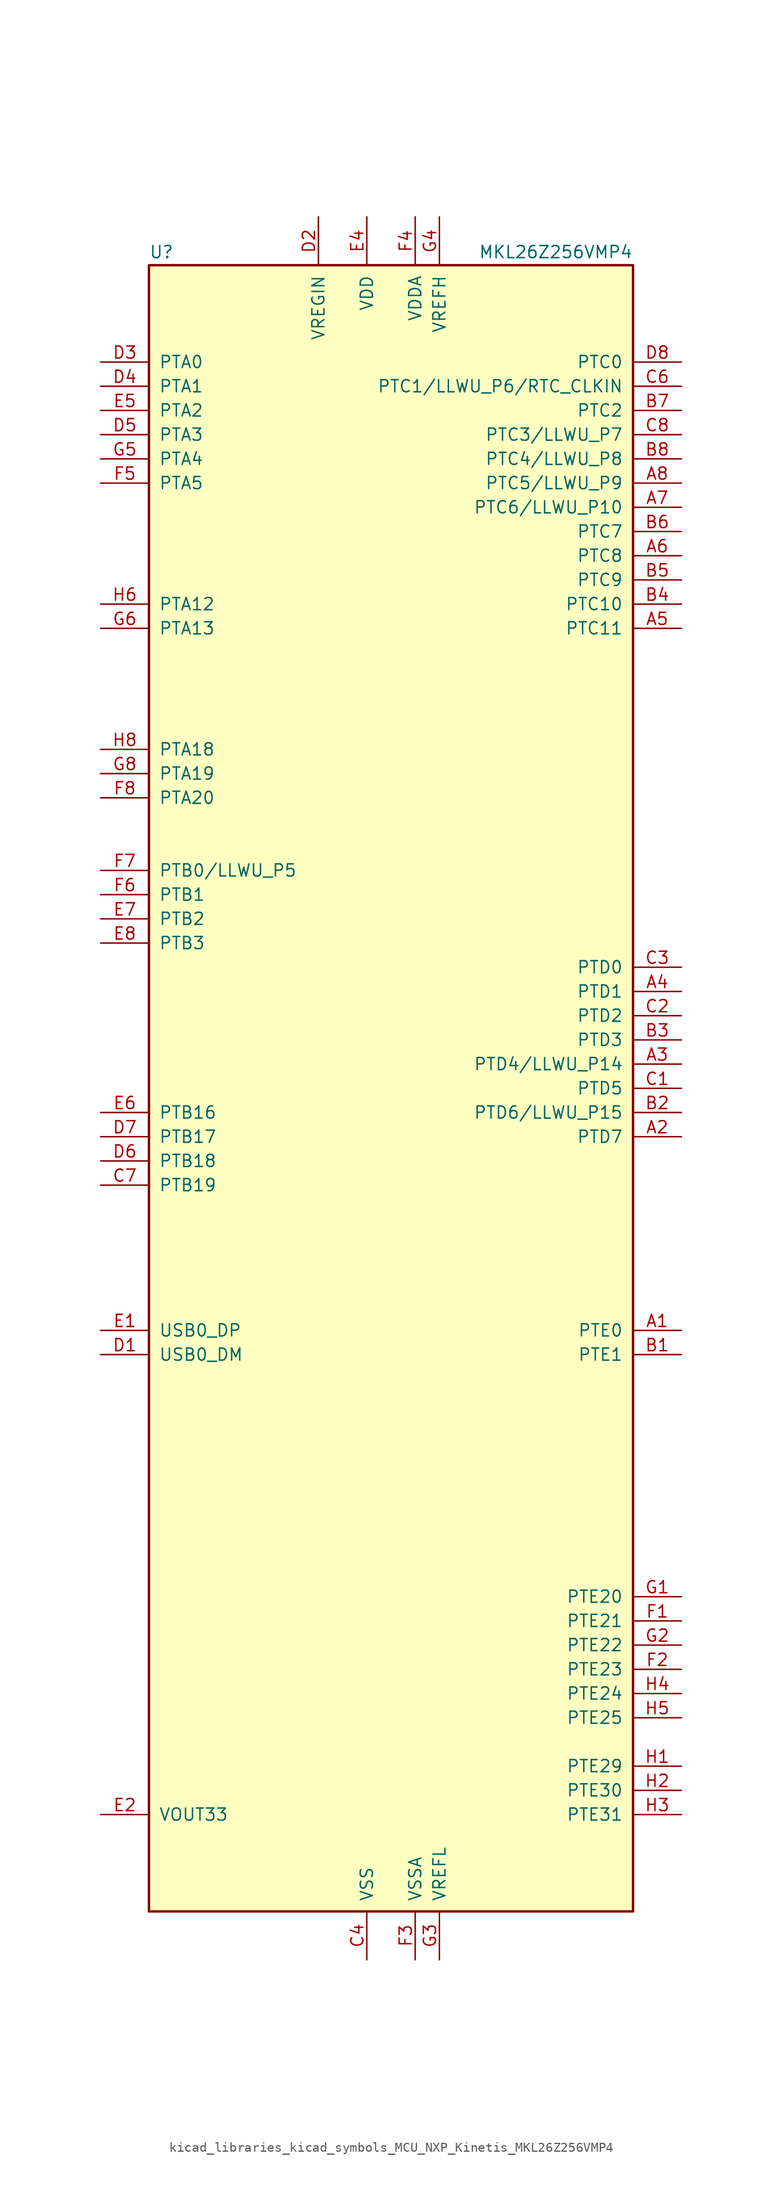
<source format=kicad_sym>
(kicad_symbol_lib
  (version 20220914)
  (generator kicad_symbol_editor)
  (symbol "kicad_libraries_kicad_symbols_MCU_NXP_Kinetis_MKL26Z256VMP4"
    (pin_names
      (offset 1.016))
    (property "Reference" "U"
      (at -25.4 86.995 0)
      (effects (font (size 1.27 1.27)) (justify left bottom)))
    (property "Value" "MKL26Z256VMP4"
      (at 25.4 86.995 0)
      (effects (font (size 1.27 1.27)) (justify right bottom)))
    (symbol "kicad_libraries_kicad_symbols_MCU_NXP_Kinetis_MKL26Z256VMP4_0_1"
      (rectangle (start -25.4 86.36) (end 25.4 -86.36) (stroke (width 0.254) (type default)) (fill (type background))))
    (symbol "kicad_libraries_kicad_symbols_MCU_NXP_Kinetis_MKL26Z256VMP4_1_1"
      (pin bidirectional line (at 30.48 -25.4 180) (length 5.08) (name "PTE0" (effects (font (size 1.27 1.27)))) (number "A1" (effects (font (size 1.27 1.27)))))
      (pin bidirectional line (at 30.48 -5.08 180) (length 5.08) (name "PTD7" (effects (font (size 1.27 1.27)))) (number "A2" (effects (font (size 1.27 1.27)))))
      (pin bidirectional line (at 30.48 2.54 180) (length 5.08) (name "PTD4/LLWU_P14" (effects (font (size 1.27 1.27)))) (number "A3" (effects (font (size 1.27 1.27)))))
      (pin bidirectional line (at 30.48 10.16 180) (length 5.08) (name "PTD1" (effects (font (size 1.27 1.27)))) (number "A4" (effects (font (size 1.27 1.27)))))
      (pin bidirectional line (at 30.48 48.26 180) (length 5.08) (name "PTC11" (effects (font (size 1.27 1.27)))) (number "A5" (effects (font (size 1.27 1.27)))))
      (pin bidirectional line (at 30.48 55.88 180) (length 5.08) (name "PTC8" (effects (font (size 1.27 1.27)))) (number "A6" (effects (font (size 1.27 1.27)))))
      (pin bidirectional line (at 30.48 60.96 180) (length 5.08) (name "PTC6/LLWU_P10" (effects (font (size 1.27 1.27)))) (number "A7" (effects (font (size 1.27 1.27)))))
      (pin bidirectional line (at 30.48 63.5 180) (length 5.08) (name "PTC5/LLWU_P9" (effects (font (size 1.27 1.27)))) (number "A8" (effects (font (size 1.27 1.27)))))
      (pin bidirectional line (at 30.48 -27.94 180) (length 5.08) (name "PTE1" (effects (font (size 1.27 1.27)))) (number "B1" (effects (font (size 1.27 1.27)))))
      (pin bidirectional line (at 30.48 -2.54 180) (length 5.08) (name "PTD6/LLWU_P15" (effects (font (size 1.27 1.27)))) (number "B2" (effects (font (size 1.27 1.27)))))
      (pin bidirectional line (at 30.48 5.08 180) (length 5.08) (name "PTD3" (effects (font (size 1.27 1.27)))) (number "B3" (effects (font (size 1.27 1.27)))))
      (pin bidirectional line (at 30.48 50.8 180) (length 5.08) (name "PTC10" (effects (font (size 1.27 1.27)))) (number "B4" (effects (font (size 1.27 1.27)))))
      (pin bidirectional line (at 30.48 53.34 180) (length 5.08) (name "PTC9" (effects (font (size 1.27 1.27)))) (number "B5" (effects (font (size 1.27 1.27)))))
      (pin bidirectional line (at 30.48 58.42 180) (length 5.08) (name "PTC7" (effects (font (size 1.27 1.27)))) (number "B6" (effects (font (size 1.27 1.27)))))
      (pin bidirectional line (at 30.48 71.12 180) (length 5.08) (name "PTC2" (effects (font (size 1.27 1.27)))) (number "B7" (effects (font (size 1.27 1.27)))))
      (pin bidirectional line (at 30.48 66.04 180) (length 5.08) (name "PTC4/LLWU_P8" (effects (font (size 1.27 1.27)))) (number "B8" (effects (font (size 1.27 1.27)))))
      (pin bidirectional line (at 30.48 0 180) (length 5.08) (name "PTD5" (effects (font (size 1.27 1.27)))) (number "C1" (effects (font (size 1.27 1.27)))))
      (pin bidirectional line (at 30.48 7.62 180) (length 5.08) (name "PTD2" (effects (font (size 1.27 1.27)))) (number "C2" (effects (font (size 1.27 1.27)))))
      (pin bidirectional line (at 30.48 12.7 180) (length 5.08) (name "PTD0" (effects (font (size 1.27 1.27)))) (number "C3" (effects (font (size 1.27 1.27)))))
      (pin power_in line (at -2.54 -91.44 90) (length 5.08) (name "VSS" (effects (font (size 1.27 1.27)))) (number "C4" (effects (font (size 1.27 1.27)))))
      (pin no_connect line (at -15.24 -86.36 90) (length 5.08) hide (name "NC" (effects (font (size 1.27 1.27)))) (number "C5" (effects (font (size 1.27 1.27)))))
      (pin bidirectional line (at 30.48 73.66 180) (length 5.08) (name "PTC1/LLWU_P6/RTC_CLKIN" (effects (font (size 1.27 1.27)))) (number "C6" (effects (font (size 1.27 1.27)))))
      (pin bidirectional line (at -30.48 -10.16 0) (length 5.08) (name "PTB19" (effects (font (size 1.27 1.27)))) (number "C7" (effects (font (size 1.27 1.27)))))
      (pin bidirectional line (at 30.48 68.58 180) (length 5.08) (name "PTC3/LLWU_P7" (effects (font (size 1.27 1.27)))) (number "C8" (effects (font (size 1.27 1.27)))))
      (pin bidirectional line (at -30.48 -27.94 0) (length 5.08) (name "USB0_DM" (effects (font (size 1.27 1.27)))) (number "D1" (effects (font (size 1.27 1.27)))))
      (pin power_in line (at -7.62 91.44 270) (length 5.08) (name "VREGIN" (effects (font (size 1.27 1.27)))) (number "D2" (effects (font (size 1.27 1.27)))))
      (pin bidirectional line (at -30.48 76.2 0) (length 5.08) (name "PTA0" (effects (font (size 1.27 1.27)))) (number "D3" (effects (font (size 1.27 1.27)))))
      (pin bidirectional line (at -30.48 73.66 0) (length 5.08) (name "PTA1" (effects (font (size 1.27 1.27)))) (number "D4" (effects (font (size 1.27 1.27)))))
      (pin bidirectional line (at -30.48 68.58 0) (length 5.08) (name "PTA3" (effects (font (size 1.27 1.27)))) (number "D5" (effects (font (size 1.27 1.27)))))
      (pin bidirectional line (at -30.48 -7.62 0) (length 5.08) (name "PTB18" (effects (font (size 1.27 1.27)))) (number "D6" (effects (font (size 1.27 1.27)))))
      (pin bidirectional line (at -30.48 -5.08 0) (length 5.08) (name "PTB17" (effects (font (size 1.27 1.27)))) (number "D7" (effects (font (size 1.27 1.27)))))
      (pin bidirectional line (at 30.48 76.2 180) (length 5.08) (name "PTC0" (effects (font (size 1.27 1.27)))) (number "D8" (effects (font (size 1.27 1.27)))))
      (pin bidirectional line (at -30.48 -25.4 0) (length 5.08) (name "USB0_DP" (effects (font (size 1.27 1.27)))) (number "E1" (effects (font (size 1.27 1.27)))))
      (pin power_out line (at -30.48 -76.2 0) (length 5.08) (name "VOUT33" (effects (font (size 1.27 1.27)))) (number "E2" (effects (font (size 1.27 1.27)))))
      (pin passive line (at -2.54 -91.44 90) (length 5.08) hide (name "VSS" (effects (font (size 1.27 1.27)))) (number "E3" (effects (font (size 1.27 1.27)))))
      (pin power_in line (at -2.54 91.44 270) (length 5.08) (name "VDD" (effects (font (size 1.27 1.27)))) (number "E4" (effects (font (size 1.27 1.27)))))
      (pin bidirectional line (at -30.48 71.12 0) (length 5.08) (name "PTA2" (effects (font (size 1.27 1.27)))) (number "E5" (effects (font (size 1.27 1.27)))))
      (pin bidirectional line (at -30.48 -2.54 0) (length 5.08) (name "PTB16" (effects (font (size 1.27 1.27)))) (number "E6" (effects (font (size 1.27 1.27)))))
      (pin bidirectional line (at -30.48 17.78 0) (length 5.08) (name "PTB2" (effects (font (size 1.27 1.27)))) (number "E7" (effects (font (size 1.27 1.27)))))
      (pin bidirectional line (at -30.48 15.24 0) (length 5.08) (name "PTB3" (effects (font (size 1.27 1.27)))) (number "E8" (effects (font (size 1.27 1.27)))))
      (pin bidirectional line (at 30.48 -55.88 180) (length 5.08) (name "PTE21" (effects (font (size 1.27 1.27)))) (number "F1" (effects (font (size 1.27 1.27)))))
      (pin bidirectional line (at 30.48 -60.96 180) (length 5.08) (name "PTE23" (effects (font (size 1.27 1.27)))) (number "F2" (effects (font (size 1.27 1.27)))))
      (pin power_in line (at 2.54 -91.44 90) (length 5.08) (name "VSSA" (effects (font (size 1.27 1.27)))) (number "F3" (effects (font (size 1.27 1.27)))))
      (pin power_in line (at 2.54 91.44 270) (length 5.08) (name "VDDA" (effects (font (size 1.27 1.27)))) (number "F4" (effects (font (size 1.27 1.27)))))
      (pin bidirectional line (at -30.48 63.5 0) (length 5.08) (name "PTA5" (effects (font (size 1.27 1.27)))) (number "F5" (effects (font (size 1.27 1.27)))))
      (pin bidirectional line (at -30.48 20.32 0) (length 5.08) (name "PTB1" (effects (font (size 1.27 1.27)))) (number "F6" (effects (font (size 1.27 1.27)))))
      (pin bidirectional line (at -30.48 22.86 0) (length 5.08) (name "PTB0/LLWU_P5" (effects (font (size 1.27 1.27)))) (number "F7" (effects (font (size 1.27 1.27)))))
      (pin bidirectional line (at -30.48 30.48 0) (length 5.08) (name "PTA20" (effects (font (size 1.27 1.27)))) (number "F8" (effects (font (size 1.27 1.27)))))
      (pin bidirectional line (at 30.48 -53.34 180) (length 5.08) (name "PTE20" (effects (font (size 1.27 1.27)))) (number "G1" (effects (font (size 1.27 1.27)))))
      (pin bidirectional line (at 30.48 -58.42 180) (length 5.08) (name "PTE22" (effects (font (size 1.27 1.27)))) (number "G2" (effects (font (size 1.27 1.27)))))
      (pin power_in line (at 5.08 -91.44 90) (length 5.08) (name "VREFL" (effects (font (size 1.27 1.27)))) (number "G3" (effects (font (size 1.27 1.27)))))
      (pin power_in line (at 5.08 91.44 270) (length 5.08) (name "VREFH" (effects (font (size 1.27 1.27)))) (number "G4" (effects (font (size 1.27 1.27)))))
      (pin bidirectional line (at -30.48 66.04 0) (length 5.08) (name "PTA4" (effects (font (size 1.27 1.27)))) (number "G5" (effects (font (size 1.27 1.27)))))
      (pin bidirectional line (at -30.48 48.26 0) (length 5.08) (name "PTA13" (effects (font (size 1.27 1.27)))) (number "G6" (effects (font (size 1.27 1.27)))))
      (pin passive line (at -2.54 91.44 270) (length 5.08) hide (name "VDD" (effects (font (size 1.27 1.27)))) (number "G7" (effects (font (size 1.27 1.27)))))
      (pin bidirectional line (at -30.48 33.02 0) (length 5.08) (name "PTA19" (effects (font (size 1.27 1.27)))) (number "G8" (effects (font (size 1.27 1.27)))))
      (pin bidirectional line (at 30.48 -71.12 180) (length 5.08) (name "PTE29" (effects (font (size 1.27 1.27)))) (number "H1" (effects (font (size 1.27 1.27)))))
      (pin bidirectional line (at 30.48 -73.66 180) (length 5.08) (name "PTE30" (effects (font (size 1.27 1.27)))) (number "H2" (effects (font (size 1.27 1.27)))))
      (pin bidirectional line (at 30.48 -76.2 180) (length 5.08) (name "PTE31" (effects (font (size 1.27 1.27)))) (number "H3" (effects (font (size 1.27 1.27)))))
      (pin bidirectional line (at 30.48 -63.5 180) (length 5.08) (name "PTE24" (effects (font (size 1.27 1.27)))) (number "H4" (effects (font (size 1.27 1.27)))))
      (pin bidirectional line (at 30.48 -66.04 180) (length 5.08) (name "PTE25" (effects (font (size 1.27 1.27)))) (number "H5" (effects (font (size 1.27 1.27)))))
      (pin bidirectional line (at -30.48 50.8 0) (length 5.08) (name "PTA12" (effects (font (size 1.27 1.27)))) (number "H6" (effects (font (size 1.27 1.27)))))
      (pin passive line (at -2.54 -91.44 90) (length 5.08) hide (name "VSS" (effects (font (size 1.27 1.27)))) (number "H7" (effects (font (size 1.27 1.27)))))
      (pin bidirectional line (at -30.48 35.56 0) (length 5.08) (name "PTA18" (effects (font (size 1.27 1.27)))) (number "H8" (effects (font (size 1.27 1.27))))))))
</source>
